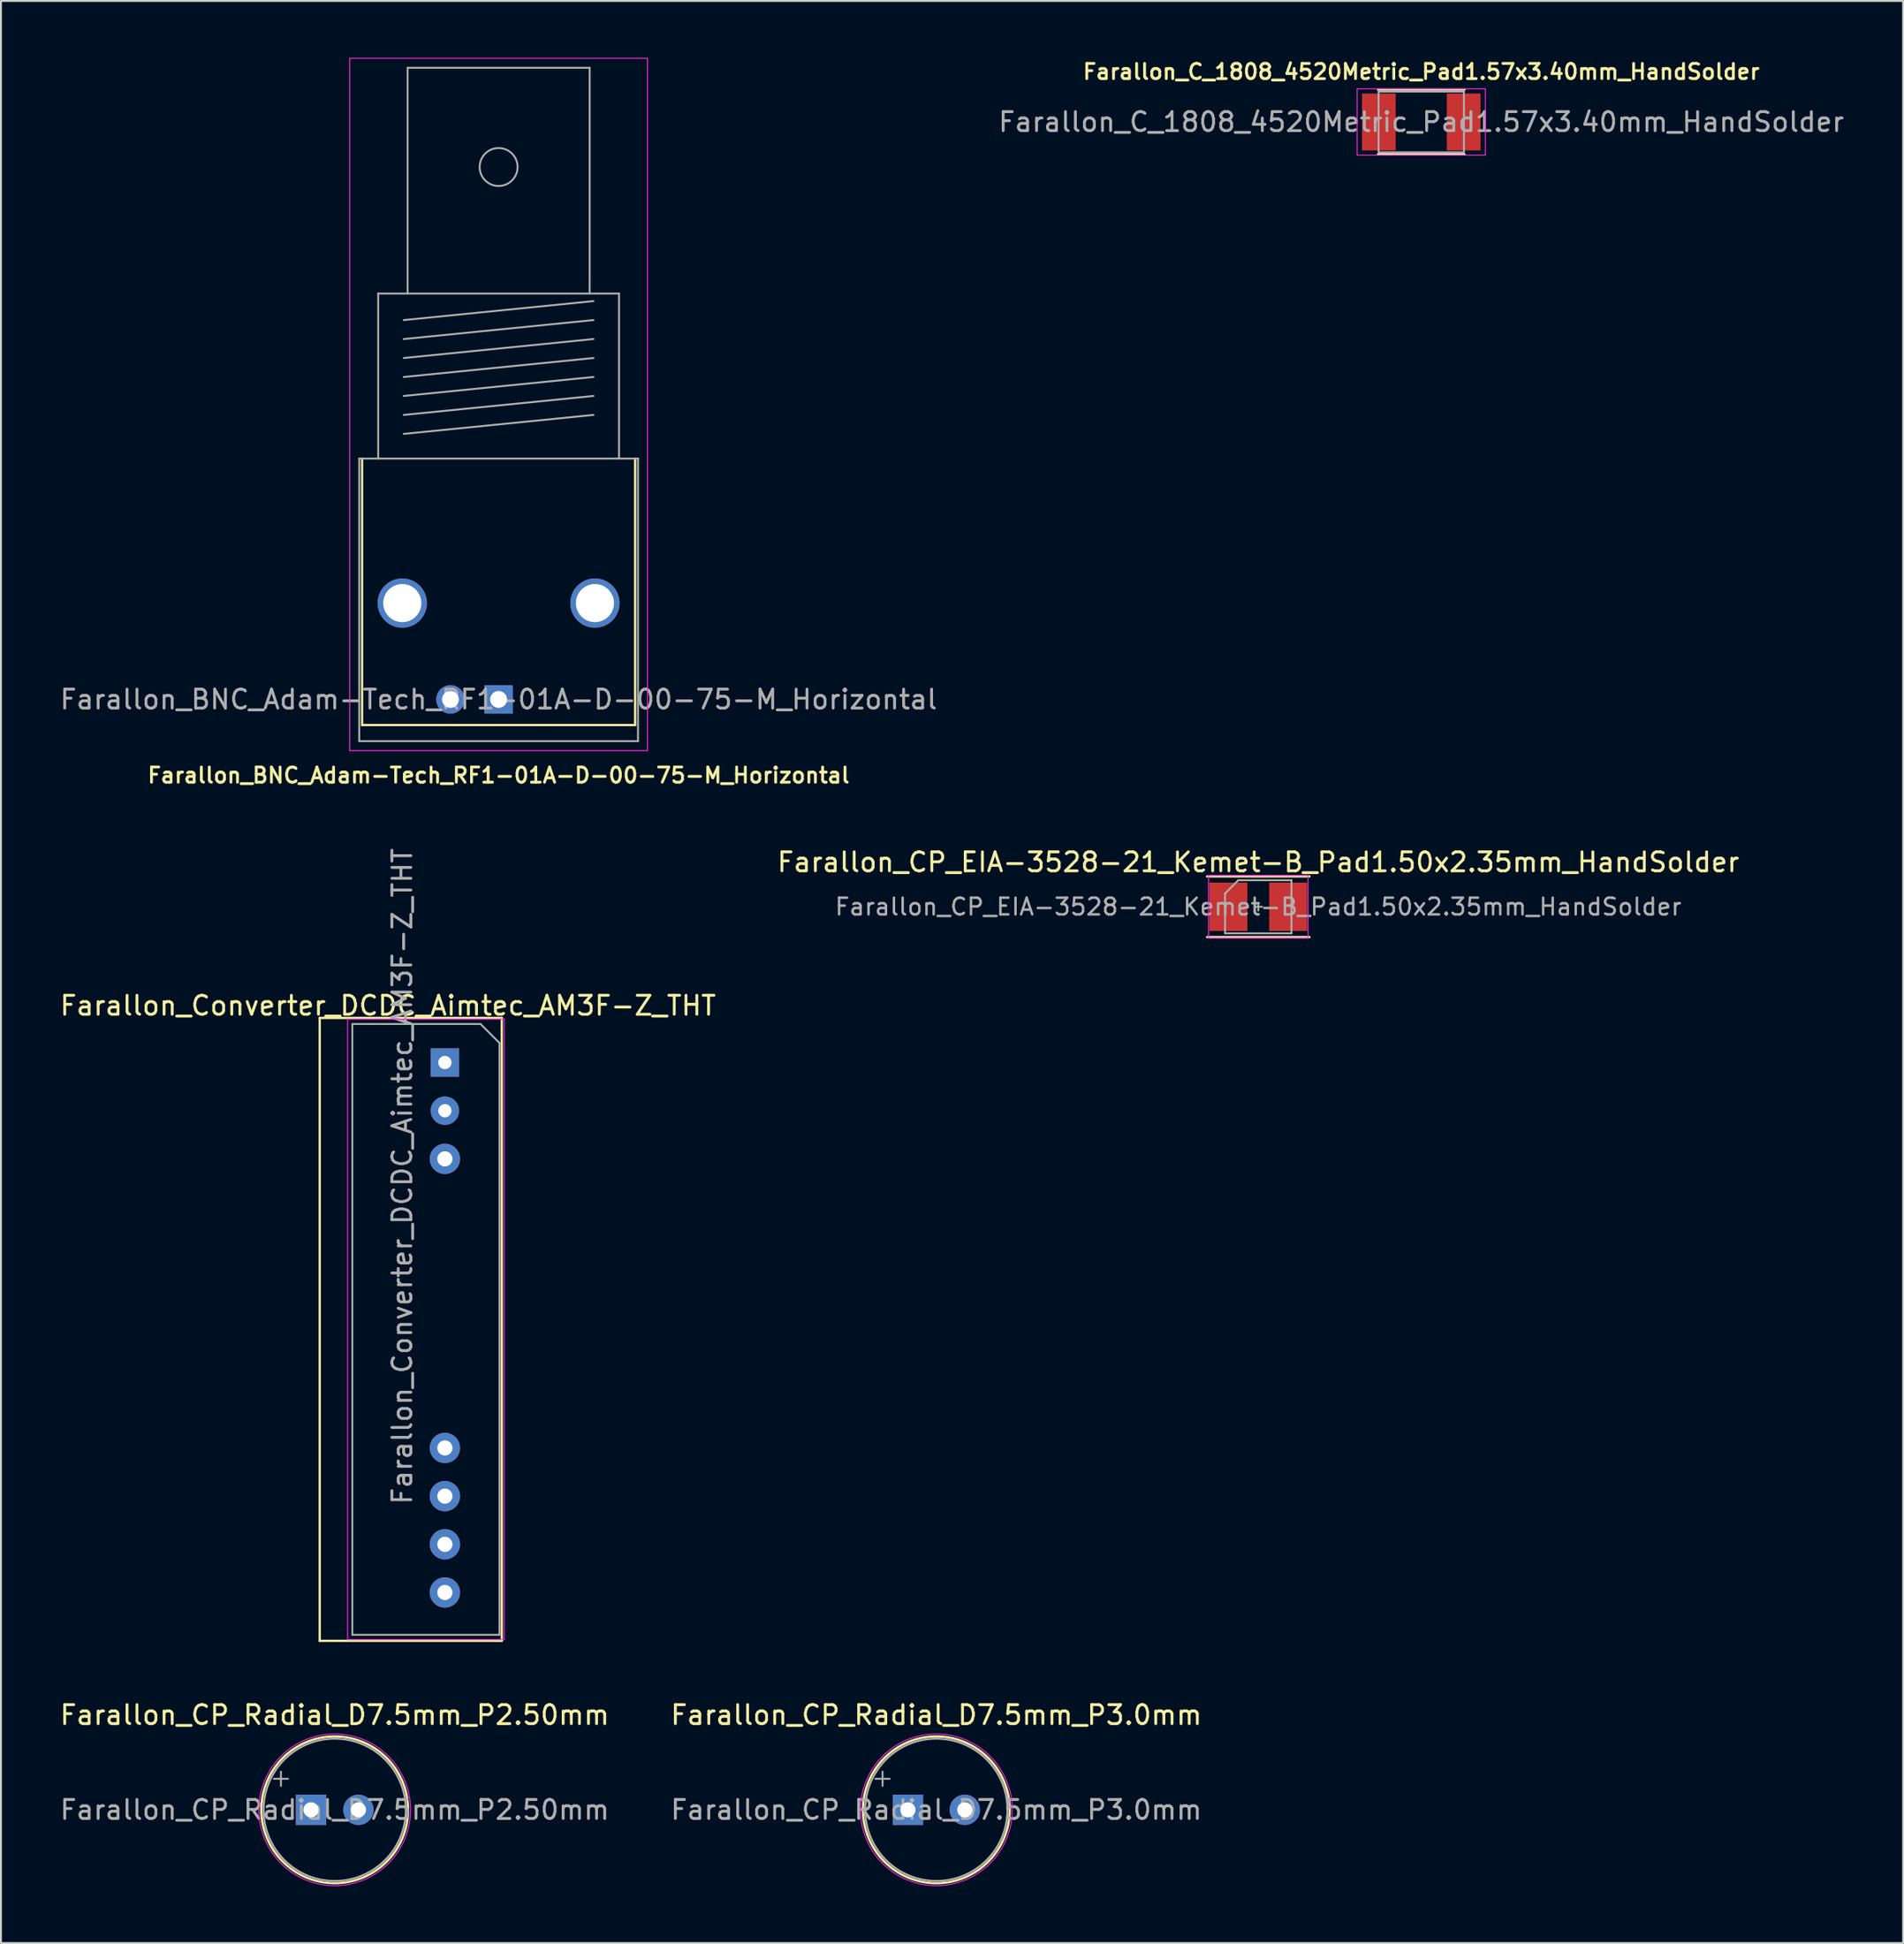
<source format=kicad_pcb>
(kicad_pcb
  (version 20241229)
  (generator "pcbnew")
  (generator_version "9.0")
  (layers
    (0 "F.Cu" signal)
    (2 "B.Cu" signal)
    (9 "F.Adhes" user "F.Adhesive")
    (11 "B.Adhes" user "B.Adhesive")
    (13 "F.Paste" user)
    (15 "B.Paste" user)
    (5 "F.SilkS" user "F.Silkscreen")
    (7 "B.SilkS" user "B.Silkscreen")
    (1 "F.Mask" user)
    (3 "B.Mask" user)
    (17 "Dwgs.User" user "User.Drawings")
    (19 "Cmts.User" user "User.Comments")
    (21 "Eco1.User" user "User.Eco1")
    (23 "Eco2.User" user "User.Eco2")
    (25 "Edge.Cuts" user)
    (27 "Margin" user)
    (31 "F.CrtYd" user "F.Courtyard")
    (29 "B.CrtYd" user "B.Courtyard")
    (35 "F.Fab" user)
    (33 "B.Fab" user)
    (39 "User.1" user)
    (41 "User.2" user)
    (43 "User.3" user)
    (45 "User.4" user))
  (footprint "Farallon_CP_Radial_D7.5mm_P3.0mm"
    (layer "F.Cu")
    (at 45.077 92.365)
    (property "Reference" "Farallon_CP_Radial_D7.5mm_P3.0mm" (at 1.25 -5 0) (layer "F.SilkS") (effects (font (size 1 1) (thickness 0.15))))
    (attr through_hole)
    (fp_circle (center 1.25 0) (end 5.12 0) (stroke (width 0.12) (type solid)) (fill no) (layer "F.SilkS"))
    (fp_circle (center 1.25 0) (end 5.25 0) (stroke (width 0.05) (type solid)) (fill no) (layer "F.CrtYd"))
    (fp_line (start -1.961 -1.637) (end -1.211 -1.637) (stroke (width 0.1) (type solid)) (layer "F.Fab"))
    (fp_line (start -1.586 -2.013) (end -1.586 -1.262) (stroke (width 0.1) (type solid)) (layer "F.Fab"))
    (fp_circle (center 1.25 0) (end 5 0) (stroke (width 0.1) (type solid)) (fill no) (layer "F.Fab"))
    (fp_text user "${REFERENCE}" (at 1.25 0 0) (layer "F.Fab") (effects (font (size 1 1) (thickness 0.15))))
    (pad "1" thru_hole rect (at -0.25 0) (size 1.6 1.6) (drill 0.8) (layers "*.Cu" "*.Mask"))
    (pad "2" thru_hole circle (at 2.75 0) (size 1.6 1.6) (drill 0.8) (layers "*.Cu" "*.Mask")))
  (footprint "Farallon_C_1808_4520Metric_Pad1.57x3.40mm_HandSolder"
    (layer "F.Cu")
    (at 71.899 3.381)
    (property "Reference" "Farallon_C_1808_4520Metric_Pad1.57x3.40mm_HandSolder" (at 0 -2.65 0) (layer "F.SilkS") (effects (font (size 0.8 0.8) (thickness 0.15))))
    (attr smd)
    (fp_line (start -2.286 -1.71) (end 2.286 -1.71) (stroke (width 0.12) (type solid)) (layer "F.SilkS"))
    (fp_line (start -2.286 1.71) (end 2.286 1.71) (stroke (width 0.12) (type solid)) (layer "F.SilkS"))
    (fp_line (start -3.38 -1.75) (end 3.38 -1.75) (stroke (width 0.05) (type solid)) (layer "F.CrtYd"))
    (fp_line (start -3.38 1.75) (end -3.38 -1.75) (stroke (width 0.05) (type solid)) (layer "F.CrtYd"))
    (fp_line (start 3.38 -1.75) (end 3.38 1.75) (stroke (width 0.05) (type solid)) (layer "F.CrtYd"))
    (fp_line (start 3.38 1.75) (end -3.38 1.75) (stroke (width 0.05) (type solid)) (layer "F.CrtYd"))
    (fp_line (start -2.25 -1.6) (end 2.25 -1.6) (stroke (width 0.1) (type solid)) (layer "F.Fab"))
    (fp_line (start -2.25 1.6) (end -2.25 -1.6) (stroke (width 0.1) (type solid)) (layer "F.Fab"))
    (fp_line (start 2.25 -1.6) (end 2.25 1.6) (stroke (width 0.1) (type solid)) (layer "F.Fab"))
    (fp_line (start 2.25 1.6) (end -2.25 1.6) (stroke (width 0.1) (type solid)) (layer "F.Fab"))
    (fp_text user "${REFERENCE}" (at 0 0 0) (layer "F.Fab") (effects (font (size 1 1) (thickness 0.15))))
    (pad "1" smd rect (at -2.237 0) (size 1.775 3) (layers "F.Cu" "F.Mask" "F.Paste"))
    (pad "2" smd rect (at 2.237 0) (size 1.775 3) (layers "F.Cu" "F.Mask" "F.Paste")))
  (footprint "Farallon_CP_EIA-3528-21_Kemet-B_Pad1.50x2.35mm_HandSolder"
    (layer "F.Cu")
    (at 63.304 44.755)
    (property "Reference" "Farallon_CP_EIA-3528-21_Kemet-B_Pad1.50x2.35mm_HandSolder" (at 0 -2.35 0) (layer "F.SilkS") (effects (font (size 1 1) (thickness 0.15))))
    (attr smd)
    (fp_line (start -2.7 -1.6) (end 2.7 -1.6) (stroke (width 0.12) (type default)) (layer "F.SilkS"))
    (fp_line (start -2.7 1.6) (end 2.7 1.6) (stroke (width 0.12) (type default)) (layer "F.SilkS"))
    (fp_line (start -2.62 -1.65) (end 2.62 -1.65) (stroke (width 0.05) (type solid)) (layer "F.CrtYd"))
    (fp_line (start -2.62 1.65) (end -2.62 -1.65) (stroke (width 0.05) (type solid)) (layer "F.CrtYd"))
    (fp_line (start 2.62 -1.65) (end 2.62 1.65) (stroke (width 0.05) (type solid)) (layer "F.CrtYd"))
    (fp_line (start 2.62 1.65) (end -2.62 1.65) (stroke (width 0.05) (type solid)) (layer "F.CrtYd"))
    (fp_line (start -1.75 -0.7) (end -1.75 1.4) (stroke (width 0.1) (type solid)) (layer "F.Fab"))
    (fp_line (start -1.75 1.4) (end 1.75 1.4) (stroke (width 0.1) (type solid)) (layer "F.Fab"))
    (fp_line (start -1.05 -1.4) (end -1.75 -0.7) (stroke (width 0.1) (type solid)) (layer "F.Fab"))
    (fp_line (start -0.2 0) (end 0.2 0) (stroke (width 0.1) (type default)) (layer "F.Fab"))
    (fp_line (start 0 -0.2) (end 0 0.2) (stroke (width 0.1) (type default)) (layer "F.Fab"))
    (fp_line (start 1.75 -1.4) (end -1.05 -1.4) (stroke (width 0.1) (type solid)) (layer "F.Fab"))
    (fp_line (start 1.75 1.4) (end 1.75 -1.4) (stroke (width 0.1) (type solid)) (layer "F.Fab"))
    (fp_text user "${REFERENCE}" (at 0 0 0) (layer "F.Fab") (effects (font (size 0.88 0.88) (thickness 0.13))))
    (pad "1" smd rect (at -1.575 0) (size 2 2.55) (layers "F.Cu" "F.Mask" "F.Paste"))
    (pad "2" smd rect (at 1.575 0) (size 2 2.55) (layers "F.Cu" "F.Mask" "F.Paste")))
  (footprint "Farallon_BNC_Adam-Tech_RF1-01A-D-00-75-M_Horizontal"
    (layer "F.Cu")
    (at 23.244 33.825)
    (property "Reference" "Farallon_BNC_Adam-Tech_RF1-01A-D-00-75-M_Horizontal" (at 0 4 0) (layer "F.SilkS") (effects (font (size 0.8 0.8) (thickness 0.15))))
    (attr through_hole)
    (fp_line (start -7.2 1.35) (end -7.2 -12.7) (stroke (width 0.12) (type solid)) (layer "F.SilkS"))
    (fp_line (start 7.2 -12.7) (end 7.2 1.35) (stroke (width 0.12) (type solid)) (layer "F.SilkS"))
    (fp_line (start 7.2 1.35) (end -7.2 1.35) (stroke (width 0.12) (type solid)) (layer "F.SilkS"))
    (fp_line (start -7.85 2.7) (end -7.85 -33.8) (stroke (width 0.05) (type solid)) (layer "F.CrtYd"))
    (fp_line (start -7.85 2.7) (end 7.85 2.7) (stroke (width 0.05) (type solid)) (layer "F.CrtYd"))
    (fp_line (start 7.85 -33.8) (end -7.85 -33.8) (stroke (width 0.05) (type solid)) (layer "F.CrtYd"))
    (fp_line (start 7.85 2.7) (end 7.85 -33.8) (stroke (width 0.05) (type solid)) (layer "F.CrtYd"))
    (fp_line (start -7.35 -12.7) (end -7.35 2.2) (stroke (width 0.1) (type solid)) (layer "F.Fab"))
    (fp_line (start -7.35 2.2) (end 7.35 2.2) (stroke (width 0.1) (type solid)) (layer "F.Fab"))
    (fp_line (start -6.35 -21.4) (end -6.35 -12.7) (stroke (width 0.1) (type solid)) (layer "F.Fab"))
    (fp_line (start -5 -20) (end 5 -21) (stroke (width 0.1) (type solid)) (layer "F.Fab"))
    (fp_line (start -5 -19) (end 5 -20) (stroke (width 0.1) (type solid)) (layer "F.Fab"))
    (fp_line (start -5 -18) (end 5 -19) (stroke (width 0.1) (type solid)) (layer "F.Fab"))
    (fp_line (start -5 -17) (end 5 -18) (stroke (width 0.1) (type solid)) (layer "F.Fab"))
    (fp_line (start -5 -16) (end 5 -17) (stroke (width 0.1) (type solid)) (layer "F.Fab"))
    (fp_line (start -5 -15) (end 5 -16) (stroke (width 0.1) (type solid)) (layer "F.Fab"))
    (fp_line (start -5 -14) (end 5 -15) (stroke (width 0.1) (type solid)) (layer "F.Fab"))
    (fp_line (start -4.8 -33.3) (end -4.8 -21.4) (stroke (width 0.1) (type solid)) (layer "F.Fab"))
    (fp_line (start 4.8 -33.3) (end -4.8 -33.3) (stroke (width 0.1) (type solid)) (layer "F.Fab"))
    (fp_line (start 4.8 -21.4) (end 4.8 -33.3) (stroke (width 0.1) (type solid)) (layer "F.Fab"))
    (fp_line (start 6.35 -21.4) (end -6.35 -21.4) (stroke (width 0.1) (type solid)) (layer "F.Fab"))
    (fp_line (start 6.35 -12.7) (end 6.35 -21.4) (stroke (width 0.1) (type solid)) (layer "F.Fab"))
    (fp_line (start 7.35 -12.7) (end -7.35 -12.7) (stroke (width 0.1) (type solid)) (layer "F.Fab"))
    (fp_line (start 7.35 2.2) (end 7.35 -12.7) (stroke (width 0.1) (type solid)) (layer "F.Fab"))
    (fp_circle (center 0 -28.07) (end 1 -28.07) (stroke (width 0.1) (type solid)) (fill no) (layer "F.Fab"))
    (fp_text user "${REFERENCE}" (at 0 0 0) (layer "F.Fab") (effects (font (size 1 1) (thickness 0.15))))
    (pad "" thru_hole circle (at -5.08 -5.08) (size 2.6 2.6) (drill 2.01) (layers "*.Cu" "*.Mask"))
    (pad "" thru_hole circle (at 5.08 -5.08) (size 2.6 2.6) (drill 2.01) (layers "*.Cu" "*.Mask"))
    (pad "1" thru_hole rect (at 0 0) (size 1.5 1.5) (drill 0.89) (layers "*.Cu" "*.Mask"))
    (pad "2" thru_hole circle (at -2.54 0) (size 1.5 1.5) (drill 0.89) (layers "*.Cu" "*.Mask")))
  (footprint "Farallon_Converter_DCDC_Aimtec_AM3F-Z_THT"
    (layer "F.Cu")
    (at 20.411 52.967)
    (property "Reference" "Farallon_Converter_DCDC_Aimtec_AM3F-Z_THT" (at -3 -3 0) (layer "F.SilkS") (effects (font (size 1 1) (thickness 0.15))))
    (attr through_hole)
    (fp_line (start -6.6 -2.35) (end -6.6 30.49) (stroke (width 0.12) (type solid)) (layer "F.SilkS"))
    (fp_line (start -6.6 30.49) (end 3 30.49) (stroke (width 0.12) (type solid)) (layer "F.SilkS"))
    (fp_line (start 3 -2.35) (end -6.6 -2.35) (stroke (width 0.12) (type solid)) (layer "F.SilkS"))
    (fp_line (start 3 30.49) (end 3 -2.35) (stroke (width 0.12) (type solid)) (layer "F.SilkS"))
    (fp_line (start -5.13 -2.28) (end -5.13 30.42) (stroke (width 0.05) (type solid)) (layer "F.CrtYd"))
    (fp_line (start -5.13 30.42) (end 3.13 30.42) (stroke (width 0.05) (type solid)) (layer "F.CrtYd"))
    (fp_line (start 3.13 -2.28) (end -5.13 -2.28) (stroke (width 0.05) (type solid)) (layer "F.CrtYd"))
    (fp_line (start 3.13 30.42) (end 3.13 -2.28) (stroke (width 0.05) (type solid)) (layer "F.CrtYd"))
    (fp_line (start -4.88 -2.03) (end -4.88 30.17) (stroke (width 0.1) (type solid)) (layer "F.Fab"))
    (fp_line (start -4.88 30.17) (end 2.88 30.17) (stroke (width 0.1) (type solid)) (layer "F.Fab"))
    (fp_line (start 1.88 -2.03) (end -4.88 -2.03) (stroke (width 0.1) (type solid)) (layer "F.Fab"))
    (fp_line (start 1.88 -2.03) (end 2.88 -1.03) (stroke (width 0.1) (type solid)) (layer "F.Fab"))
    (fp_line (start 2.88 30.17) (end 2.88 -1.03) (stroke (width 0.1) (type solid)) (layer "F.Fab"))
    (fp_text user "${REFERENCE}" (at -2.25 6 90) (layer "F.Fab") (effects (font (size 1 1) (thickness 0.15))))
    (pad "1" thru_hole rect (at 0 0) (size 1.5 1.5) (drill 0.7) (layers "*.Cu" "*.Mask"))
    (pad "2" thru_hole oval (at 0 2.54) (size 1.5 1.5) (drill 0.7) (layers "*.Cu" "*.Mask"))
    (pad "3" thru_hole circle (at 0 5.08) (size 1.6 1.6) (drill 0.8) (layers "*.Cu" "*.Mask"))
    (pad "9" thru_hole circle (at 0 20.32) (size 1.6 1.6) (drill 0.8) (layers "*.Cu" "*.Mask"))
    (pad "10" thru_hole circle (at 0 22.86) (size 1.6 1.6) (drill 0.8) (layers "*.Cu" "*.Mask"))
    (pad "11" thru_hole circle (at 0 25.4) (size 1.6 1.6) (drill 0.8) (layers "*.Cu" "*.Mask"))
    (pad "12" thru_hole circle (at 0 27.94) (size 1.6 1.6) (drill 0.8) (layers "*.Cu" "*.Mask")))
  (footprint "Farallon_CP_Radial_D7.5mm_P2.50mm"
    (layer "F.Cu")
    (at 13.351 92.365)
    (property "Reference" "Farallon_CP_Radial_D7.5mm_P2.50mm" (at 1.25 -5 0) (layer "F.SilkS") (effects (font (size 1 1) (thickness 0.15))))
    (attr through_hole)
    (fp_circle (center 1.25 0) (end 5.12 0) (stroke (width 0.12) (type solid)) (fill no) (layer "F.SilkS"))
    (fp_circle (center 1.25 0) (end 5.25 0) (stroke (width 0.05) (type solid)) (fill no) (layer "F.CrtYd"))
    (fp_line (start -1.961 -1.637) (end -1.211 -1.637) (stroke (width 0.1) (type solid)) (layer "F.Fab"))
    (fp_line (start -1.586 -2.013) (end -1.586 -1.262) (stroke (width 0.1) (type solid)) (layer "F.Fab"))
    (fp_circle (center 1.25 0) (end 5 0) (stroke (width 0.1) (type solid)) (fill no) (layer "F.Fab"))
    (fp_text user "${REFERENCE}" (at 1.25 0 0) (layer "F.Fab") (effects (font (size 1 1) (thickness 0.15))))
    (pad "1" thru_hole rect (at 0 0) (size 1.6 1.6) (drill 0.8) (layers "*.Cu" "*.Mask"))
    (pad "2" thru_hole circle (at 2.5 0) (size 1.6 1.6) (drill 0.8) (layers "*.Cu" "*.Mask")))
  (gr_rect
    (start -3 -3)
    (end 97.31 99.39)
    (stroke (width 0.1) (type default))
    (fill no)
    (layer "Edge.Cuts")))
</source>
